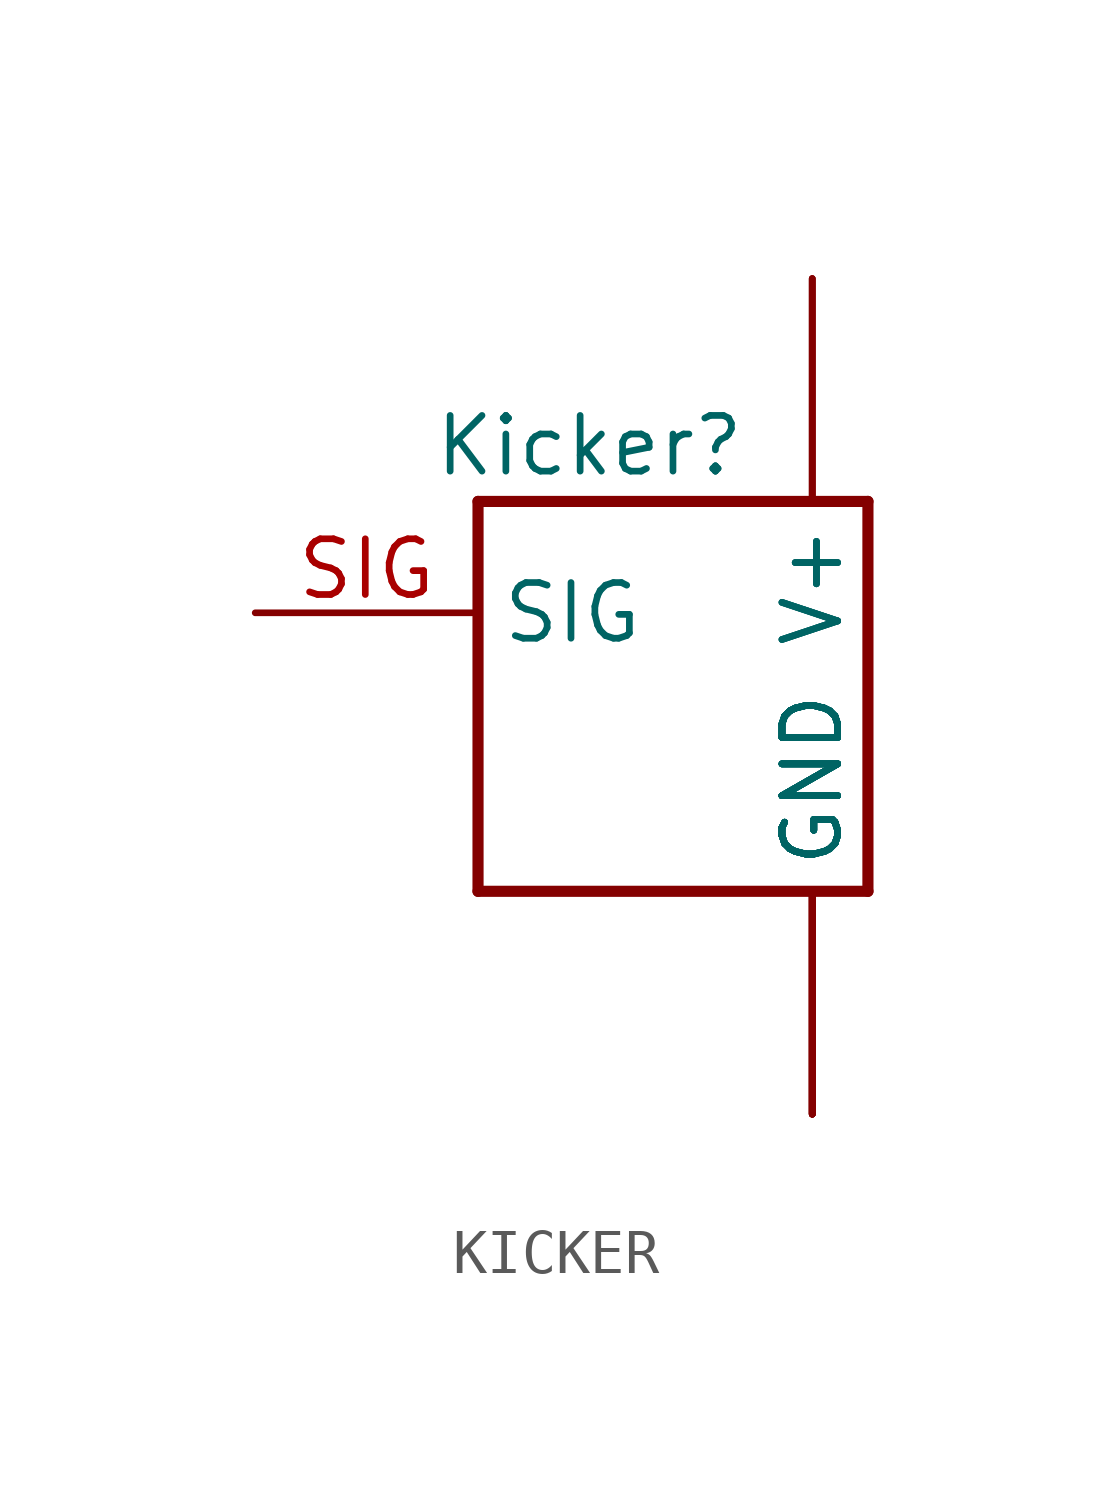
<source format=kicad_sym>
(kicad_symbol_lib
  (version 20220914)
  (generator kicad_symbol_editor)
  (symbol "KICKER"
    (property "Reference" "Kicker"
      (at -5.08 3.81 0)
      (effects (font (size 1.27 1.27))))
    (symbol "KICKER_1_0"
      (polyline (pts (xy -7.62 -6.35) (xy -7.62 2.54)) (stroke (width 0.254) (type solid)) (fill (type none)))
      (polyline (pts (xy -7.62 2.54) (xy 1.27 2.54)) (stroke (width 0.254) (type solid)) (fill (type none)))
      (polyline (pts (xy 1.27 -6.35) (xy -7.62 -6.35)) (stroke (width 0.254) (type solid)) (fill (type none)))
      (polyline (pts (xy 1.27 2.54) (xy 1.27 -6.35)) (stroke (width 0.254) (type solid)) (fill (type none)))
      (pin bidirectional line (at 0 -11.43 90) (length 5.08) (name "GND" (effects (font (size 1.27 1.27)))) (number "GND1" (effects (font (size 0 0)))))
      (pin bidirectional line (at 0 -11.43 90) (length 5.08) (name "GND" (effects (font (size 1.27 1.27)))) (number "GND2" (effects (font (size 0 0)))))
      (pin bidirectional line (at 0 -11.43 90) (length 5.08) (name "GND" (effects (font (size 1.27 1.27)))) (number "GND3" (effects (font (size 0 0)))))
      (pin bidirectional line (at 0 -11.43 90) (length 5.08) (name "GND" (effects (font (size 1.27 1.27)))) (number "GND4" (effects (font (size 0 0)))))
      (pin bidirectional line (at 0 -11.43 90) (length 5.08) (name "GND" (effects (font (size 1.27 1.27)))) (number "GND5" (effects (font (size 0 0)))))
      (pin bidirectional line (at 0 -11.43 90) (length 5.08) (name "GND" (effects (font (size 1.27 1.27)))) (number "GND6" (effects (font (size 0 0)))))
      (pin bidirectional line (at 0 -11.43 90) (length 5.08) (name "GND" (effects (font (size 1.27 1.27)))) (number "GND7" (effects (font (size 0 0)))))
      (pin bidirectional line (at 0 -11.43 90) (length 5.08) (name "GND" (effects (font (size 1.27 1.27)))) (number "GND8" (effects (font (size 0 0)))))
      (pin bidirectional line (at -12.7 0 0) (length 5.08) (name "SIG" (effects (font (size 1.27 1.27)))) (number "SIG" (effects (font (size 1.27 1.27)))))
      (pin bidirectional line (at 0 7.62 270) (length 5.08) (name "V+" (effects (font (size 1.27 1.27)))) (number "V+1" (effects (font (size 0 0)))))
      (pin bidirectional line (at 0 7.62 270) (length 5.08) (name "V+" (effects (font (size 1.27 1.27)))) (number "V+2" (effects (font (size 0 0)))))
      (pin bidirectional line (at 0 7.62 270) (length 5.08) (name "V+" (effects (font (size 1.27 1.27)))) (number "V+3" (effects (font (size 0 0))))))))
</source>
